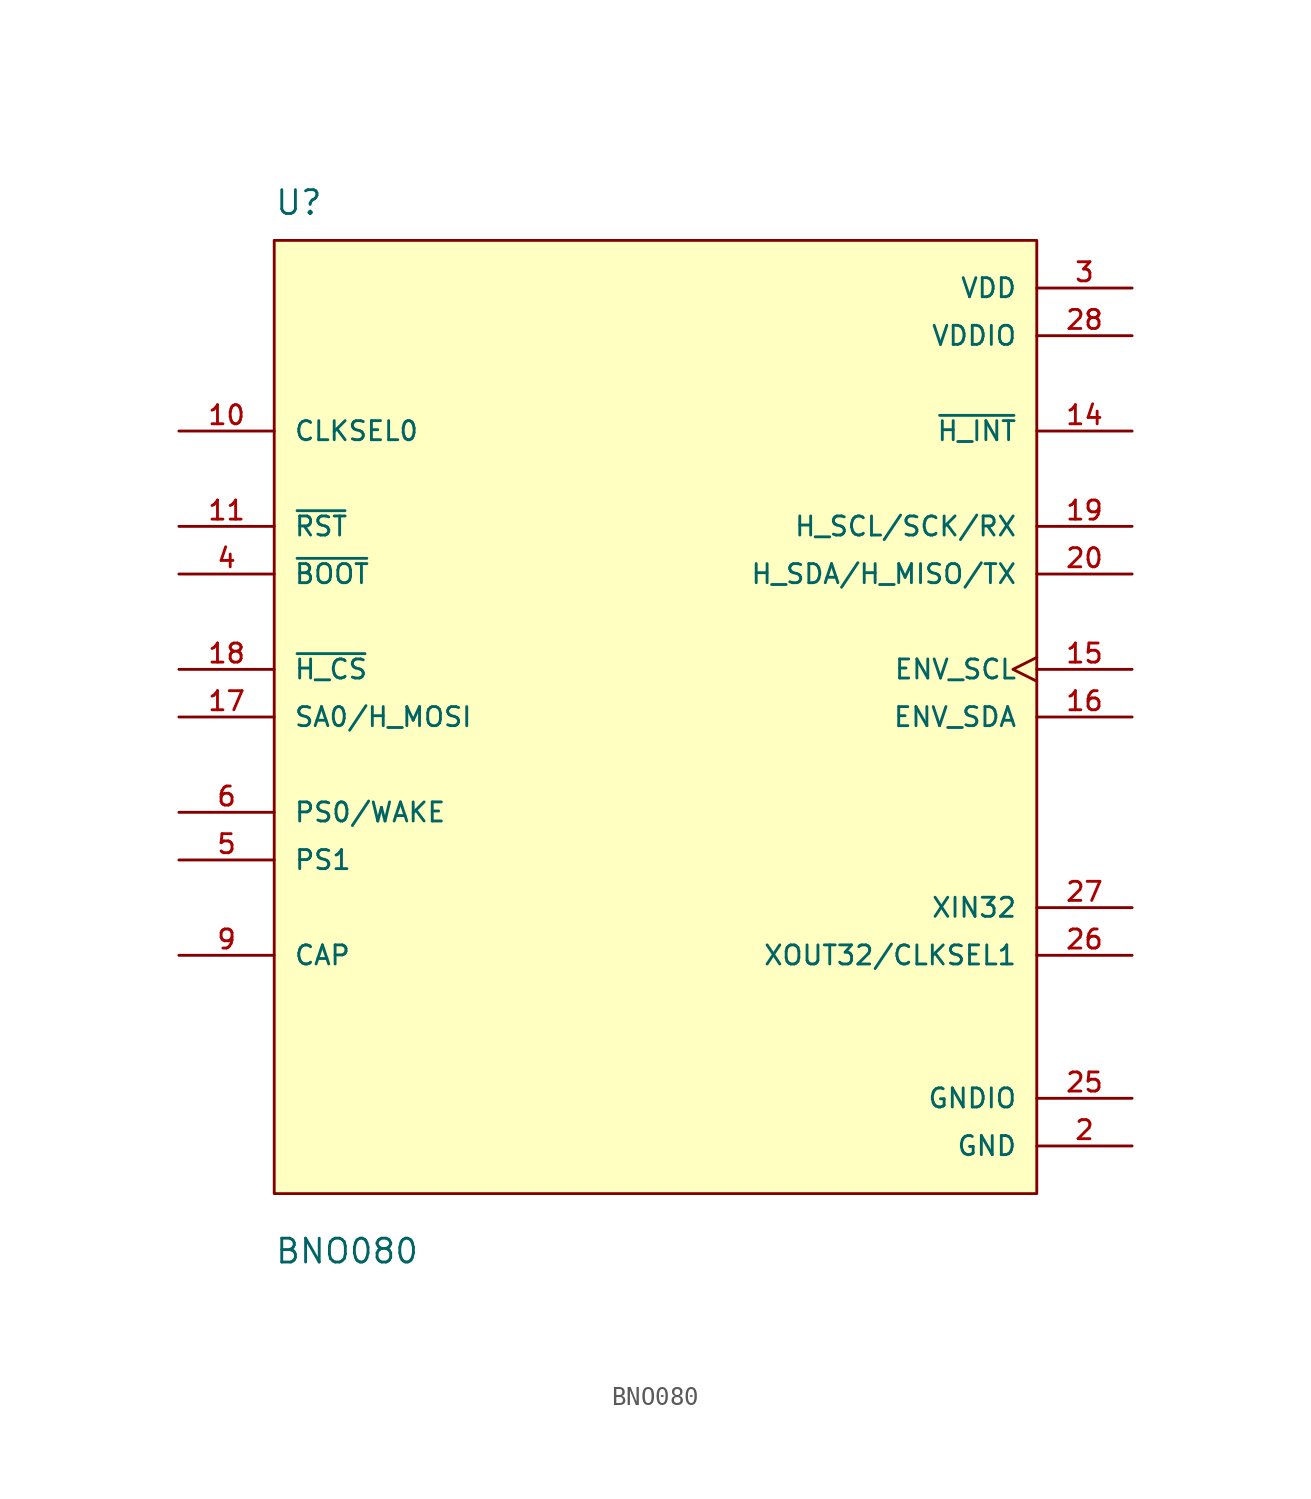
<source format=kicad_sym>
(kicad_symbol_lib
  (version 20211014)
  (generator kicad_symbol_editor)
  (symbol "BNO080"
    (pin_names
      (offset 1.016))
    (property "Reference" "U"
      (at -20.32 26.67 0)
      (effects (font (size 1.27 1.27)) (justify bottom left)))
    (property "Value" "BNO080"
      (at -20.32 -29.21 0)
      (effects (font (size 1.27 1.27)) (justify bottom left)))
    (symbol "BNO080_0_0"
      (rectangle (start -20.32 -25.4) (end 20.32 25.4) (stroke (width 0.152)) (fill (type background)))
      (pin power_in line (at 25.4 -22.86 180.0) (length 5.08) (name "GND" (effects (font (size 1.016 1.016)))) (number "2" (effects (font (size 1.016 1.016)))))
      (pin input line (at -25.4 10.16 0) (length 5.08) (name "~{RST}" (effects (font (size 1.016 1.016)))) (number "11" (effects (font (size 1.016 1.016)))))
      (pin passive line (at -25.4 -12.7 0) (length 5.08) (name "CAP" (effects (font (size 1.016 1.016)))) (number "9" (effects (font (size 1.016 1.016)))))
      (pin power_in line (at 25.4 22.86 180.0) (length 5.08) (name "VDD" (effects (font (size 1.016 1.016)))) (number "3" (effects (font (size 1.016 1.016)))))
      (pin input line (at 25.4 -10.16 180.0) (length 5.08) (name "XIN32" (effects (font (size 1.016 1.016)))) (number "27" (effects (font (size 1.016 1.016)))))
      (pin output line (at 25.4 -12.7 180.0) (length 5.08) (name "XOUT32/CLKSEL1" (effects (font (size 1.016 1.016)))) (number "26" (effects (font (size 1.016 1.016)))))
      (pin bidirectional line (at 25.4 0.0 180.0) (length 5.08) (name "ENV_SDA" (effects (font (size 1.016 1.016)))) (number "16" (effects (font (size 1.016 1.016)))))
      (pin bidirectional clock (at 25.4 2.54 180.0) (length 5.08) (name "ENV_SCL" (effects (font (size 1.016 1.016)))) (number "15" (effects (font (size 1.016 1.016)))))
      (pin input line (at -25.4 7.62 0) (length 5.08) (name "~{BOOT}" (effects (font (size 1.016 1.016)))) (number "4" (effects (font (size 1.016 1.016)))))
      (pin output line (at 25.4 15.24 180.0) (length 5.08) (name "~{H_INT}" (effects (font (size 1.016 1.016)))) (number "14" (effects (font (size 1.016 1.016)))))
      (pin bidirectional line (at 25.4 10.16 180.0) (length 5.08) (name "H_SCL/SCK/RX" (effects (font (size 1.016 1.016)))) (number "19" (effects (font (size 1.016 1.016)))))
      (pin bidirectional line (at 25.4 7.62 180.0) (length 5.08) (name "H_SDA/H_MISO/TX" (effects (font (size 1.016 1.016)))) (number "20" (effects (font (size 1.016 1.016)))))
      (pin input line (at -25.4 0.0 0) (length 5.08) (name "SA0/H_MOSI" (effects (font (size 1.016 1.016)))) (number "17" (effects (font (size 1.016 1.016)))))
      (pin power_in line (at 25.4 20.32 180.0) (length 5.08) (name "VDDIO" (effects (font (size 1.016 1.016)))) (number "28" (effects (font (size 1.016 1.016)))))
      (pin power_in line (at 25.4 -20.32 180.0) (length 5.08) (name "GNDIO" (effects (font (size 1.016 1.016)))) (number "25" (effects (font (size 1.016 1.016)))))
      (pin input line (at -25.4 2.54 0) (length 5.08) (name "~{H_CS}" (effects (font (size 1.016 1.016)))) (number "18" (effects (font (size 1.016 1.016)))))
      (pin input line (at -25.4 15.24 0) (length 5.08) (name "CLKSEL0" (effects (font (size 1.016 1.016)))) (number "10" (effects (font (size 1.016 1.016)))))
      (pin input line (at -25.4 -5.08 0) (length 5.08) (name "PS0/WAKE" (effects (font (size 1.016 1.016)))) (number "6" (effects (font (size 1.016 1.016)))))
      (pin input line (at -25.4 -7.62 0) (length 5.08) (name "PS1" (effects (font (size 1.016 1.016)))) (number "5" (effects (font (size 1.016 1.016))))))))
</source>
